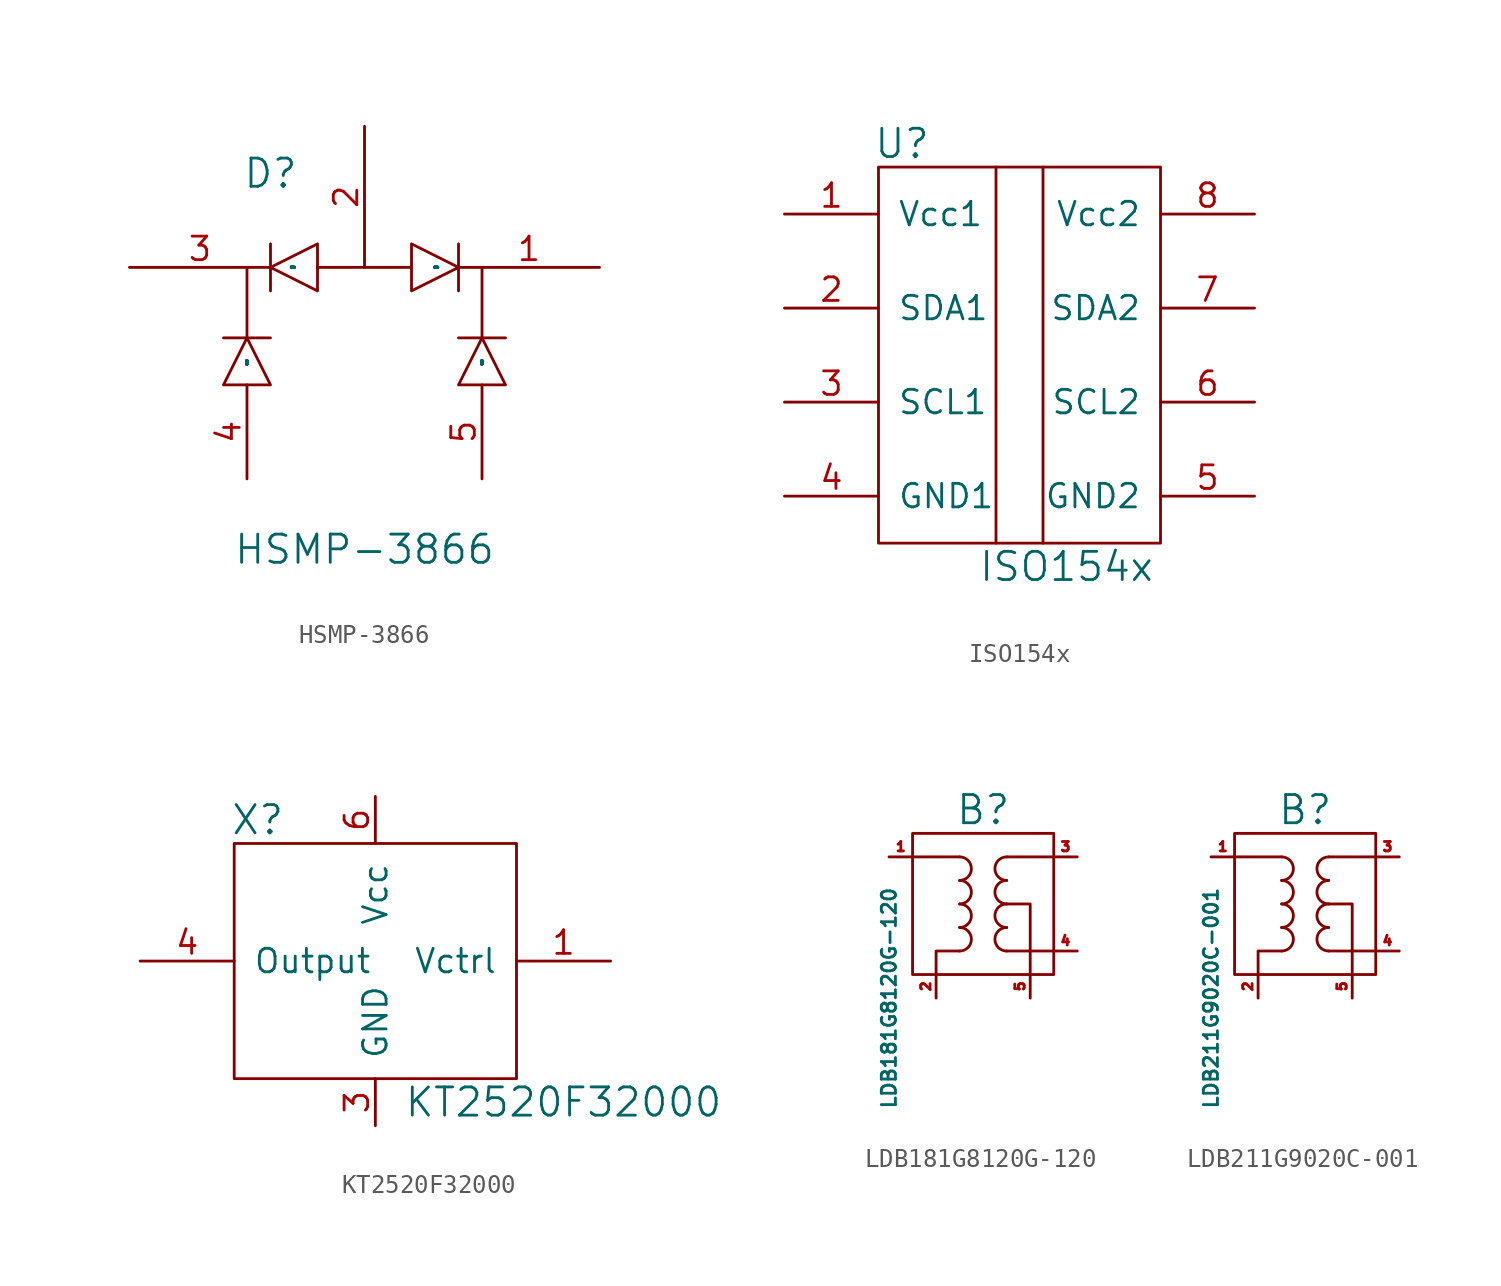
<source format=kicad_sym>
(kicad_symbol_lib
  (version 20211014)
  (generator kicad_symbol_editor)
  (symbol "HSMP-3866"
    (pin_names
      (offset 1.016))
    (property "Reference" "D"
      (at -13.97 6.35 0)
      (effects (font (size 1.524 1.524))))
    (property "Value" "HSMP-3866"
      (at -8.89 -13.97 0)
      (effects (font (size 1.524 1.524))))
    (property "Footprint" ""
      (at 0 0 0)
      (effects (font (size 1.524 1.524))))
    (property "Datasheet" ""
      (at 0 0 0)
      (effects (font (size 1.524 1.524))))
    (symbol "HSMP-3866_0_1"
      (polyline (pts (xy -15.24 -2.54) (xy -13.97 -2.54)) (stroke (width 0) (type default) (color 0 0 0 0)) (fill (type none)))
      (polyline (pts (xy -13.97 0) (xy -13.97 2.54)) (stroke (width 0) (type default) (color 0 0 0 0)) (fill (type none)))
      (polyline (pts (xy -3.81 -2.54) (xy -1.27 -2.54)) (stroke (width 0) (type default) (color 0 0 0 0)) (fill (type none)))
      (polyline (pts (xy -3.81 2.54) (xy -3.81 0)) (stroke (width 0) (type default) (color 0 0 0 0)) (fill (type none)))
      (polyline (pts (xy -2.54 1.27) (xy -2.54 -2.54)) (stroke (width 0) (type default) (color 0 0 0 0)) (fill (type none)))
      (polyline (pts (xy -15.24 1.27) (xy -15.24 -2.54) (xy -16.51 -2.54)) (stroke (width 0) (type default) (color 0 0 0 0)) (fill (type none)))
      (polyline (pts (xy -15.24 -2.54) (xy -16.51 -5.08) (xy -13.97 -5.08) (xy -15.24 -2.54)) (stroke (width 0) (type default) (color 0 0 0 0)) (fill (type none)))
      (polyline (pts (xy -13.97 1.27) (xy -11.43 2.54) (xy -11.43 0) (xy -13.97 1.27)) (stroke (width 0) (type default) (color 0 0 0 0)) (fill (type none)))
      (polyline (pts (xy -2.54 -2.54) (xy -3.81 -5.08) (xy -1.27 -5.08) (xy -2.54 -2.54)) (stroke (width 0) (type default) (color 0 0 0 0)) (fill (type none)))
      (polyline (pts (xy -11.43 1.27) (xy -6.35 1.27) (xy -6.35 2.54) (xy -3.81 1.27) (xy -6.35 0) (xy -6.35 1.27)) (stroke (width 0) (type default) (color 0 0 0 0)) (fill (type none))))
    (symbol "HSMP-3866_1_1"
      (pin bidirectional line (at 3.81 1.27 180) (length 7.62) (name "RF_in_out" (effects (font (size 0.025 0.025)))) (number "1" (effects (font (size 1.27 1.27)))))
      (pin bidirectional line (at -8.89 8.89 270) (length 7.62) (name "Series_bias" (effects (font (size 0 0)))) (number "2" (effects (font (size 1.27 1.27)))))
      (pin bidirectional line (at -21.59 1.27 0) (length 7.62) (name "RF_in_out" (effects (font (size 0.025 0.025)))) (number "3" (effects (font (size 1.27 1.27)))))
      (pin bidirectional line (at -15.24 -10.16 90) (length 5.08) (name "Shunt_bias" (effects (font (size 0.025 0.025)))) (number "4" (effects (font (size 1.27 1.27)))))
      (pin bidirectional line (at -2.54 -10.16 90) (length 5.08) (name "Shunt_bias" (effects (font (size 0.025 0.025)))) (number "5" (effects (font (size 1.27 1.27)))))))
  (symbol "ISO154x"
    (pin_names
      (offset 1.016))
    (property "Reference" "U"
      (at -6.35 11.43 0)
      (effects (font (size 1.524 1.524))))
    (property "Value" "ISO154x"
      (at 2.54 -11.43 0)
      (effects (font (size 1.524 1.524))))
    (symbol "ISO154x_0_1"
      (rectangle (start -7.62 10.16) (end 7.62 -10.16) (stroke (width 0) (type default) (color 0 0 0 0)) (fill (type none)))
      (polyline (pts (xy -1.27 10.16) (xy -1.27 -10.16)) (stroke (width 0) (type default) (color 0 0 0 0)) (fill (type none)))
      (polyline (pts (xy 1.27 10.16) (xy 1.27 -10.16)) (stroke (width 0) (type default) (color 0 0 0 0)) (fill (type none))))
    (symbol "ISO154x_1_1"
      (pin input line (at -12.7 7.62 0) (length 5.08) (name "Vcc1" (effects (font (size 1.27 1.27)))) (number "1" (effects (font (size 1.27 1.27)))))
      (pin input line (at -12.7 2.54 0) (length 5.08) (name "SDA1" (effects (font (size 1.27 1.27)))) (number "2" (effects (font (size 1.27 1.27)))))
      (pin input line (at -12.7 -2.54 0) (length 5.08) (name "SCL1" (effects (font (size 1.27 1.27)))) (number "3" (effects (font (size 1.27 1.27)))))
      (pin input line (at -12.7 -7.62 0) (length 5.08) (name "GND1" (effects (font (size 1.27 1.27)))) (number "4" (effects (font (size 1.27 1.27)))))
      (pin input line (at 12.7 -7.62 180) (length 5.08) (name "GND2" (effects (font (size 1.27 1.27)))) (number "5" (effects (font (size 1.27 1.27)))))
      (pin input line (at 12.7 -2.54 180) (length 5.08) (name "SCL2" (effects (font (size 1.27 1.27)))) (number "6" (effects (font (size 1.27 1.27)))))
      (pin input line (at 12.7 2.54 180) (length 5.08) (name "SDA2" (effects (font (size 1.27 1.27)))) (number "7" (effects (font (size 1.27 1.27)))))
      (pin input line (at 12.7 7.62 180) (length 5.08) (name "Vcc2" (effects (font (size 1.27 1.27)))) (number "8" (effects (font (size 1.27 1.27)))))))
  (symbol "KT2520F32000"
    (pin_names
      (offset 1.016))
    (property "Reference" "X"
      (at -6.35 7.62 0)
      (effects (font (size 1.524 1.524))))
    (property "Value" "KT2520F32000"
      (at 10.16 -7.62 0)
      (effects (font (size 1.524 1.524))))
    (property "Footprint" ""
      (at 0 0 0)
      (effects (font (size 1.524 1.524))))
    (property "Datasheet" ""
      (at 0 0 0)
      (effects (font (size 1.524 1.524))))
    (symbol "KT2520F32000_0_1"
      (rectangle (start -7.62 6.35) (end 7.62 -6.35) (stroke (width 0) (type default) (color 0 0 0 0)) (fill (type none))))
    (symbol "KT2520F32000_1_1"
      (pin input line (at 12.7 0 180) (length 5.08) (name "Vctrl" (effects (font (size 1.27 1.27)))) (number "1" (effects (font (size 1.27 1.27)))))
      (pin passive line (at -10.16 -3.81 0) (length 2.54) hide (name "nc" (effects (font (size 1.27 1.27)))) (number "2" (effects (font (size 1.27 1.27)))))
      (pin power_out line (at 0 -8.89 90) (length 2.54) (name "GND" (effects (font (size 1.27 1.27)))) (number "3" (effects (font (size 1.27 1.27)))))
      (pin output line (at -12.7 0 0) (length 5.08) (name "Output" (effects (font (size 1.27 1.27)))) (number "4" (effects (font (size 1.27 1.27)))))
      (pin passive line (at 10.16 -3.81 180) (length 2.54) hide (name "nc" (effects (font (size 1.27 1.27)))) (number "5" (effects (font (size 1.27 1.27)))))
      (pin power_in line (at 0 8.89 270) (length 2.54) (name "Vcc" (effects (font (size 1.27 1.27)))) (number "6" (effects (font (size 1.27 1.27)))))))
  (symbol "LDB181G8120G-120"
    (pin_names
      (offset 0) hide)
    (property "Reference" "B"
      (at 0 5.08 0)
      (effects (font (size 1.524 1.524))))
    (property "Value" "LDB181G8120G-120"
      (at -5.08 -5.08 90)
      (effects (font (size 0.762 0.762))))
    (property "Footprint" ""
      (at 0 0 0)
      (effects (font (size 1.524 1.524))))
    (property "Datasheet" ""
      (at 0 0 0)
      (effects (font (size 1.524 1.524))))
    (symbol "LDB181G8120G-120_0_1"
      (arc (start -1.27 -2.54) (mid -0.635 -1.905) (end -1.27 -1.27) (stroke (width 0) (type default) (color 0 0 0 0)) (fill (type none)))
      (arc (start -1.27 -1.27) (mid -0.635 -0.635) (end -1.27 0) (stroke (width 0) (type default) (color 0 0 0 0)) (fill (type none)))
      (arc (start -1.27 0) (mid -0.635 0.635) (end -1.27 1.27) (stroke (width 0) (type default) (color 0 0 0 0)) (fill (type none)))
      (arc (start -1.27 1.27) (mid -0.635 1.905) (end -1.27 2.54) (stroke (width 0) (type default) (color 0 0 0 0)) (fill (type none)))
      (polyline (pts (xy -1.27 2.54) (xy -3.81 2.54)) (stroke (width 0) (type default) (color 0 0 0 0)) (fill (type none)))
      (polyline (pts (xy 1.27 -2.54) (xy 3.81 -2.54)) (stroke (width 0) (type default) (color 0 0 0 0)) (fill (type none)))
      (polyline (pts (xy 1.27 2.54) (xy 3.81 2.54)) (stroke (width 0) (type default) (color 0 0 0 0)) (fill (type none)))
      (polyline (pts (xy -1.27 -2.54) (xy -2.54 -2.54) (xy -2.54 -3.81)) (stroke (width 0) (type default) (color 0 0 0 0)) (fill (type none)))
      (polyline (pts (xy 1.27 0) (xy 2.54 0) (xy 2.54 -3.81)) (stroke (width 0) (type default) (color 0 0 0 0)) (fill (type none)))
      (arc (start 1.27 -1.27) (mid 0.635 -1.905) (end 1.27 -2.54) (stroke (width 0) (type default) (color 0 0 0 0)) (fill (type none)))
      (arc (start 1.27 0) (mid 0.635 -0.635) (end 1.27 -1.27) (stroke (width 0) (type default) (color 0 0 0 0)) (fill (type none)))
      (arc (start 1.27 1.27) (mid 0.635 0.635) (end 1.27 0) (stroke (width 0) (type default) (color 0 0 0 0)) (fill (type none)))
      (arc (start 1.27 2.54) (mid 0.635 1.905) (end 1.27 1.27) (stroke (width 0) (type default) (color 0 0 0 0)) (fill (type none)))
      (rectangle (start 3.81 -3.81) (end -3.81 3.81) (stroke (width 0) (type default) (color 0 0 0 0)) (fill (type none))))
    (symbol "LDB181G8120G-120_1_1"
      (pin bidirectional line (at -5.08 2.54 0) (length 1.27) (name "UnBalanced" (effects (font (size 0.508 0.508)))) (number "1" (effects (font (size 0.508 0.508)))))
      (pin bidirectional line (at -2.54 -5.08 90) (length 1.27) (name "GND" (effects (font (size 0.508 0.508)))) (number "2" (effects (font (size 0.508 0.508)))))
      (pin bidirectional line (at 5.08 2.54 180) (length 1.27) (name "Balanced" (effects (font (size 0.508 0.508)))) (number "3" (effects (font (size 0.508 0.508)))))
      (pin bidirectional line (at 5.08 -2.54 180) (length 1.27) (name "Balanced" (effects (font (size 0.508 0.508)))) (number "4" (effects (font (size 0.508 0.508)))))
      (pin bidirectional line (at 2.54 -5.08 90) (length 1.27) (name "GND" (effects (font (size 0.508 0.508)))) (number "5" (effects (font (size 0.508 0.508)))))
      (pin no_connect line (at 0 -5.08 90) (length 1.27) hide (name "NC" (effects (font (size 0.508 0.508)))) (number "6" (effects (font (size 0.508 0.508)))))))
  (symbol "LDB211G9020C-001"
    (pin_names
      (offset 0) hide)
    (property "Reference" "B"
      (at 0 5.08 0)
      (effects (font (size 1.524 1.524))))
    (property "Value" "LDB211G9020C-001"
      (at -5.08 -5.08 90)
      (effects (font (size 0.762 0.762))))
    (property "Footprint" ""
      (at 0 0 0)
      (effects (font (size 1.524 1.524))))
    (property "Datasheet" ""
      (at 0 0 0)
      (effects (font (size 1.524 1.524))))
    (symbol "LDB211G9020C-001_0_1"
      (arc (start -1.27 -2.54) (mid -0.635 -1.905) (end -1.27 -1.27) (stroke (width 0) (type default) (color 0 0 0 0)) (fill (type none)))
      (arc (start -1.27 -1.27) (mid -0.635 -0.635) (end -1.27 0) (stroke (width 0) (type default) (color 0 0 0 0)) (fill (type none)))
      (arc (start -1.27 0) (mid -0.635 0.635) (end -1.27 1.27) (stroke (width 0) (type default) (color 0 0 0 0)) (fill (type none)))
      (arc (start -1.27 1.27) (mid -0.635 1.905) (end -1.27 2.54) (stroke (width 0) (type default) (color 0 0 0 0)) (fill (type none)))
      (polyline (pts (xy -1.27 2.54) (xy -3.81 2.54)) (stroke (width 0) (type default) (color 0 0 0 0)) (fill (type none)))
      (polyline (pts (xy 1.27 -2.54) (xy 3.81 -2.54)) (stroke (width 0) (type default) (color 0 0 0 0)) (fill (type none)))
      (polyline (pts (xy 1.27 2.54) (xy 3.81 2.54)) (stroke (width 0) (type default) (color 0 0 0 0)) (fill (type none)))
      (polyline (pts (xy -1.27 -2.54) (xy -2.54 -2.54) (xy -2.54 -3.81)) (stroke (width 0) (type default) (color 0 0 0 0)) (fill (type none)))
      (polyline (pts (xy 1.27 0) (xy 2.54 0) (xy 2.54 -3.81)) (stroke (width 0) (type default) (color 0 0 0 0)) (fill (type none)))
      (arc (start 1.27 -1.27) (mid 0.635 -1.905) (end 1.27 -2.54) (stroke (width 0) (type default) (color 0 0 0 0)) (fill (type none)))
      (arc (start 1.27 0) (mid 0.635 -0.635) (end 1.27 -1.27) (stroke (width 0) (type default) (color 0 0 0 0)) (fill (type none)))
      (arc (start 1.27 1.27) (mid 0.635 0.635) (end 1.27 0) (stroke (width 0) (type default) (color 0 0 0 0)) (fill (type none)))
      (arc (start 1.27 2.54) (mid 0.635 1.905) (end 1.27 1.27) (stroke (width 0) (type default) (color 0 0 0 0)) (fill (type none)))
      (rectangle (start 3.81 -3.81) (end -3.81 3.81) (stroke (width 0) (type default) (color 0 0 0 0)) (fill (type none))))
    (symbol "LDB211G9020C-001_1_1"
      (pin bidirectional line (at -5.08 2.54 0) (length 1.27) (name "UnBalanced" (effects (font (size 0.508 0.508)))) (number "1" (effects (font (size 0.508 0.508)))))
      (pin bidirectional line (at -2.54 -5.08 90) (length 1.27) (name "GND" (effects (font (size 0.508 0.508)))) (number "2" (effects (font (size 0.508 0.508)))))
      (pin bidirectional line (at 5.08 2.54 180) (length 1.27) (name "Balanced" (effects (font (size 0.508 0.508)))) (number "3" (effects (font (size 0.508 0.508)))))
      (pin bidirectional line (at 5.08 -2.54 180) (length 1.27) (name "Balanced" (effects (font (size 0.508 0.508)))) (number "4" (effects (font (size 0.508 0.508)))))
      (pin bidirectional line (at 2.54 -5.08 90) (length 1.27) (name "GND" (effects (font (size 0.508 0.508)))) (number "5" (effects (font (size 0.508 0.508)))))
      (pin no_connect line (at 0 -5.08 90) (length 1.27) hide (name "NC" (effects (font (size 0.508 0.508)))) (number "6" (effects (font (size 0.508 0.508))))))))
</source>
